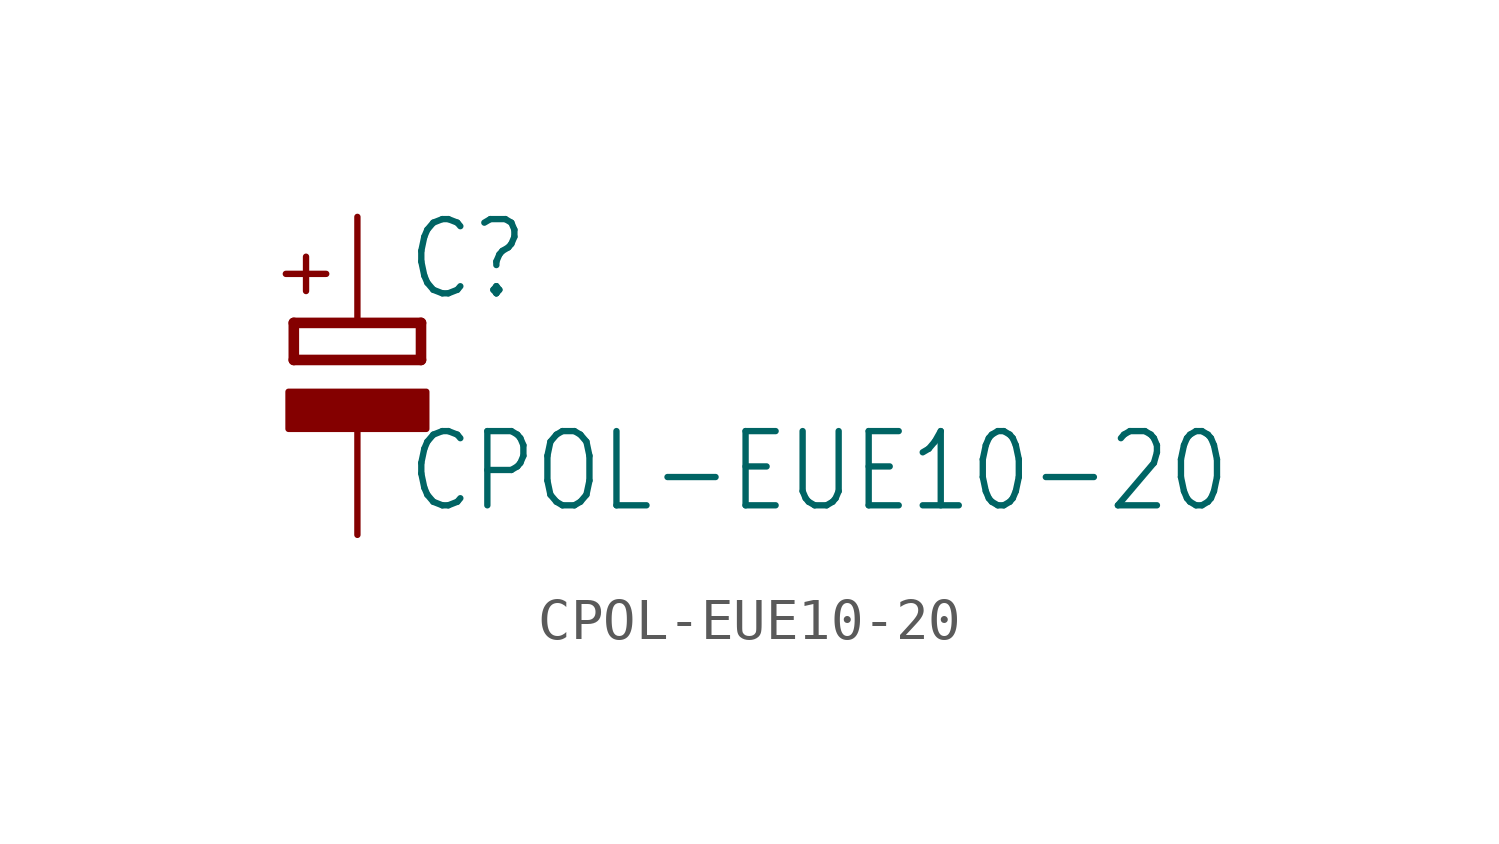
<source format=kicad_sym>
(kicad_symbol_lib
  (version 20220914)
  (generator kicad_symbol_editor)
  (symbol "CPOL-EUE10-20"
    (property "Reference" "C"
      (at 1.143 0.483 0)
      (effects (font (size 1.778 1.511)) (justify left bottom)))
    (property "Value" "CPOL-EUE10-20"
      (at 1.143 -4.597 0)
      (effects (font (size 1.778 1.511)) (justify left bottom)))
    (property "ki_locked" ""
      (at 0 0 0)
      (effects (font (size 1.27 1.27))))
    (symbol "CPOL-EUE10-20_1_0"
      (rectangle (start -1.651 -2.54) (end 1.651 -1.651) (stroke (width 0) (type default)) (fill (type outline)))
      (polyline (pts (xy -1.524 -0.889) (xy 1.524 -0.889)) (stroke (width 0.254) (type default)) (fill (type none)))
      (polyline (pts (xy -1.524 0) (xy -1.524 -0.889)) (stroke (width 0.254) (type default)) (fill (type none)))
      (polyline (pts (xy -1.524 0) (xy 1.524 0)) (stroke (width 0.254) (type default)) (fill (type none)))
      (polyline (pts (xy 1.524 -0.889) (xy 1.524 0)) (stroke (width 0.254) (type default)) (fill (type none)))
      (text "+" (at -0.584 0.406 900) (effects (font (size 1.27 1.079)) (justify left bottom)))
      (pin passive line (at 0 2.54 270) (length 2.54) (name "+" (effects (font (size 0 0)))) (number "+" (effects (font (size 0 0)))))
      (pin passive line (at 0 -5.08 90) (length 2.54) (name "-" (effects (font (size 0 0)))) (number "-" (effects (font (size 0 0))))))))
</source>
